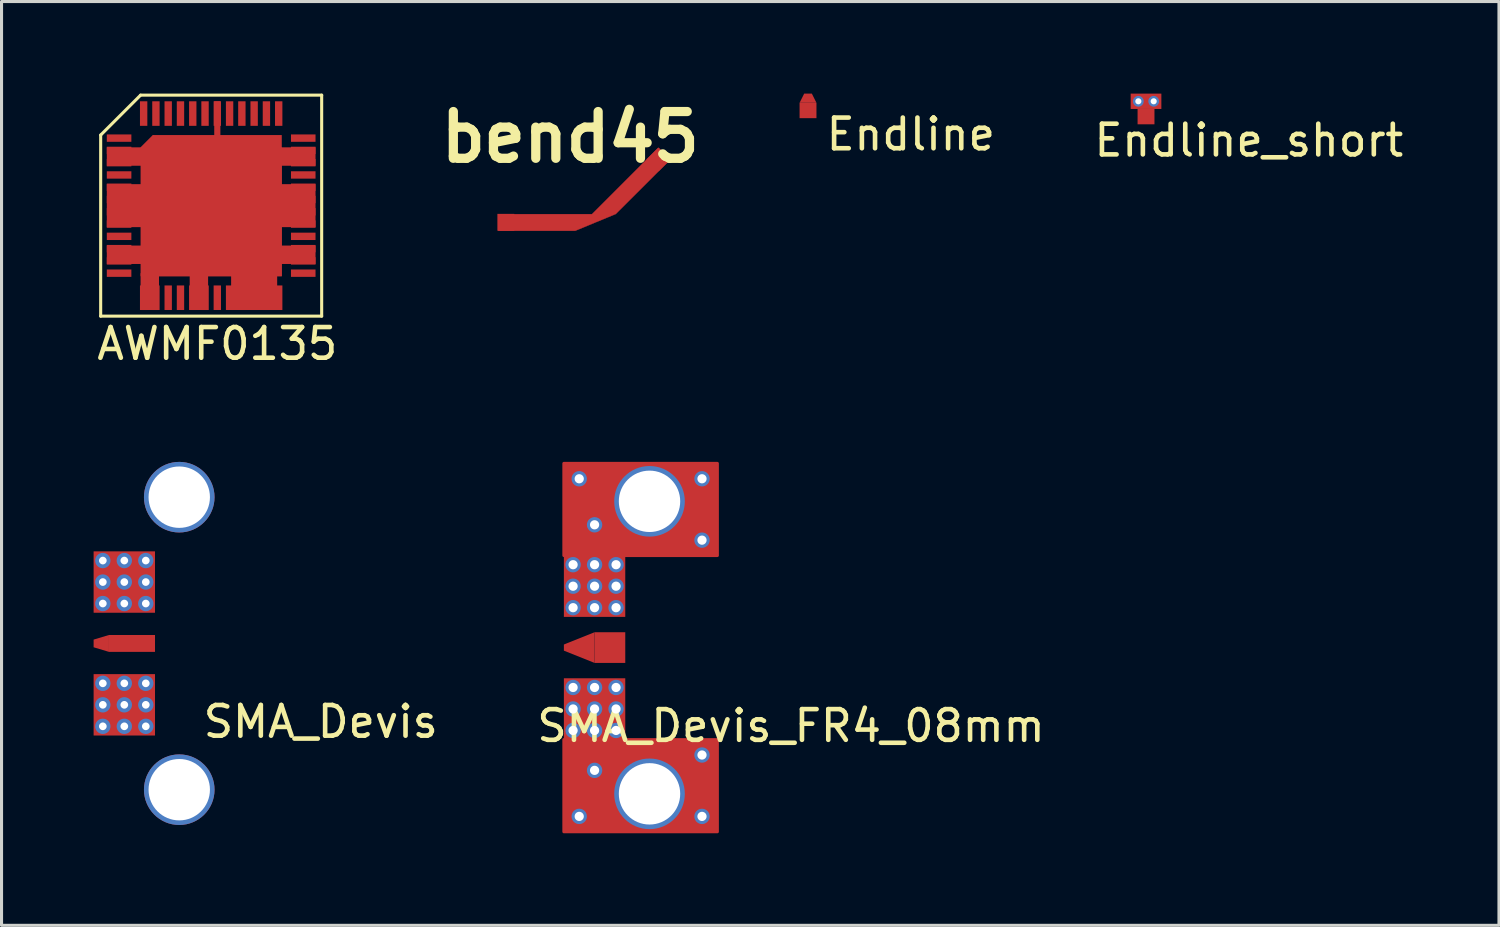
<source format=kicad_pcb>
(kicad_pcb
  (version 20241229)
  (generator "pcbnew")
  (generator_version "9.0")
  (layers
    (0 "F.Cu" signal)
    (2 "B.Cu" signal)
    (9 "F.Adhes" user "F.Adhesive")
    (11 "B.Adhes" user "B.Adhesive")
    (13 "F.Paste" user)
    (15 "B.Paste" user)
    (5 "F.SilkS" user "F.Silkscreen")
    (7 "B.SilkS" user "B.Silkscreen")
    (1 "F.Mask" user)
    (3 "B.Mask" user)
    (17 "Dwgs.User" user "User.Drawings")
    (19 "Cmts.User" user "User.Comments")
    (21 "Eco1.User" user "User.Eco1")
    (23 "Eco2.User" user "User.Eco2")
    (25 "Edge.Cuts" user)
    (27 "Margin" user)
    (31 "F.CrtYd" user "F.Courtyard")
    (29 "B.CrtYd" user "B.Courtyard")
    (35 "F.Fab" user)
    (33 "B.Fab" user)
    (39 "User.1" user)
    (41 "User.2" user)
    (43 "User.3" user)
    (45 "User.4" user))
  (footprint "Endline_short"
    (layer "F.Cu")
    (at 34.287 0.75)
    (property "Reference" "Endline_short" (at 3.35 0.775 0) (layer "F.SilkS") (effects (font (size 1 1) (thickness 0.15))))
    (attr through_hole)
    (pad "1" smd rect (at 0 0) (size 0.55 0.5) (layers "F.Cu" "F.Mask"))
    (pad "2" thru_hole circle (at -0.25 -0.5 180) (size 0.35 0.35) (drill 0.2) (layers "*.Cu" "*.Mask"))
    (pad "2" smd rect (at 0 -0.5 180) (size 1 0.5) (layers "F.Cu" "F.Mask" "F.Paste"))
    (pad "2" thru_hole circle (at 0.25 -0.5 180) (size 0.35 0.35) (drill 0.2) (layers "*.Cu" "*.Mask")))
  (footprint "SMA_Devis"
    (layer "F.Cu")
    (at 1 17.913)
    (property "Reference" "SMA_Devis" (at 6.4 2.55 0) (layer "F.SilkS") (effects (font (size 1 1) (thickness 0.15))))
    (attr through_hole)
    (pad "" smd rect (at 0 0) (size 2 6) (layers "B.Mask"))
    (pad "1" smd trapezoid (at -0.75 0 90) (size 0.4 0.5) (rect_delta 0 0.15) (layers "F.Cu" "F.Mask"))
    (pad "1" smd rect (at 0.25 0) (size 1.5 0.55) (layers "F.Cu" "F.Mask"))
    (pad "2" thru_hole circle (at -0.7 -2.7) (size 0.5 0.5) (drill 0.25) (layers "*.Cu" "*.Mask"))
    (pad "2" thru_hole circle (at -0.7 -2) (size 0.5 0.5) (drill 0.25) (layers "*.Cu" "*.Mask"))
    (pad "2" thru_hole circle (at -0.7 -1.3) (size 0.5 0.5) (drill 0.25) (layers "*.Cu" "*.Mask"))
    (pad "2" thru_hole circle (at -0.7 1.3) (size 0.5 0.5) (drill 0.25) (layers "*.Cu" "*.Mask"))
    (pad "2" thru_hole circle (at -0.7 2) (size 0.5 0.5) (drill 0.25) (layers "*.Cu" "*.Mask"))
    (pad "2" thru_hole circle (at -0.7 2.7) (size 0.5 0.5) (drill 0.25) (layers "*.Cu" "*.Mask"))
    (pad "2" thru_hole circle (at 0 -2.7) (size 0.5 0.5) (drill 0.25) (layers "*.Cu" "*.Mask"))
    (pad "2" thru_hole circle (at 0 -2) (size 0.5 0.5) (drill 0.25) (layers "*.Cu" "*.Mask"))
    (pad "2" smd rect (at 0 -2) (size 2 2) (layers "F.Cu" "F.Mask"))
    (pad "2" thru_hole circle (at 0 -1.3) (size 0.5 0.5) (drill 0.25) (layers "*.Cu" "*.Mask"))
    (pad "2" thru_hole circle (at 0 1.3) (size 0.5 0.5) (drill 0.25) (layers "*.Cu" "*.Mask"))
    (pad "2" thru_hole circle (at 0 2) (size 0.5 0.5) (drill 0.25) (layers "*.Cu" "*.Mask"))
    (pad "2" smd rect (at 0 2) (size 2 2) (layers "F.Cu" "F.Mask"))
    (pad "2" thru_hole circle (at 0 2.7) (size 0.5 0.5) (drill 0.25) (layers "*.Cu" "*.Mask"))
    (pad "2" thru_hole circle (at 0.7 -2.7) (size 0.5 0.5) (drill 0.25) (layers "*.Cu" "*.Mask"))
    (pad "2" thru_hole circle (at 0.7 -2) (size 0.5 0.5) (drill 0.25) (layers "*.Cu" "*.Mask"))
    (pad "2" thru_hole circle (at 0.7 -1.3) (size 0.5 0.5) (drill 0.25) (layers "*.Cu" "*.Mask"))
    (pad "2" thru_hole circle (at 0.7 1.3) (size 0.5 0.5) (drill 0.25) (layers "*.Cu" "*.Mask"))
    (pad "2" thru_hole circle (at 0.7 2) (size 0.5 0.5) (drill 0.25) (layers "*.Cu" "*.Mask"))
    (pad "2" thru_hole circle (at 0.7 2.7) (size 0.5 0.5) (drill 0.25) (layers "*.Cu" "*.Mask"))
    (pad "2" thru_hole circle (at 1.79 -4.765) (size 2.3 2.3) (drill 2) (layers "*.Cu" "*.Mask"))
    (pad "2" thru_hole circle (at 1.79 4.765) (size 2.3 2.3) (drill 2) (layers "*.Cu" "*.Mask")))
  (footprint "SMA_Devis_FR4_08mm"
    (layer "F.Cu")
    (at 16.321 18.048)
    (property "Reference" "SMA_Devis_FR4_08mm" (at 6.4 2.55 0) (layer "F.SilkS") (effects (font (size 1 1) (thickness 0.15))))
    (attr through_hole)
    (fp_poly (pts (xy 4 -3) (xy -1 -3) (xy -1 -6) (xy 4 -6)) (stroke (width 0.1) (type solid)) (fill yes) (layer "F.Cu"))
    (fp_poly (pts (xy 4 6) (xy -1 6) (xy -1 3) (xy 4 3)) (stroke (width 0.1) (type solid)) (fill yes) (layer "F.Cu"))
    (pad "" smd rect (at 0 0) (size 2 6) (layers "B.Mask"))
    (pad "1" smd trapezoid (at -0.5 0 90) (size 0.6 1) (rect_delta 0 0.4) (layers "F.Cu" "F.Mask"))
    (pad "1" smd rect (at 0.5 0) (size 1 1) (layers "F.Cu" "F.Mask"))
    (pad "2" thru_hole circle (at -0.7 -2.7) (size 0.5 0.5) (drill 0.3) (layers "*.Cu" "*.Mask"))
    (pad "2" thru_hole circle (at -0.7 -2) (size 0.5 0.5) (drill 0.3) (layers "*.Cu" "*.Mask"))
    (pad "2" thru_hole circle (at -0.7 -1.3) (size 0.5 0.5) (drill 0.3) (layers "*.Cu" "*.Mask"))
    (pad "2" thru_hole circle (at -0.7 1.3) (size 0.5 0.5) (drill 0.3) (layers "*.Cu" "*.Mask"))
    (pad "2" thru_hole circle (at -0.7 2) (size 0.5 0.5) (drill 0.3) (layers "*.Cu" "*.Mask"))
    (pad "2" thru_hole circle (at -0.7 2.7) (size 0.5 0.5) (drill 0.3) (layers "*.Cu" "*.Mask"))
    (pad "2" thru_hole circle (at -0.5 -5.5) (size 0.5 0.5) (drill 0.3) (layers "*.Cu" "*.Mask"))
    (pad "2" thru_hole circle (at -0.5 5.5) (size 0.5 0.5) (drill 0.3) (layers "*.Cu" "*.Mask"))
    (pad "2" thru_hole circle (at 0 -4) (size 0.5 0.5) (drill 0.3) (layers "*.Cu" "*.Mask"))
    (pad "2" thru_hole circle (at 0 -2.7) (size 0.5 0.5) (drill 0.3) (layers "*.Cu" "*.Mask"))
    (pad "2" thru_hole circle (at 0 -2) (size 0.5 0.5) (drill 0.3) (layers "*.Cu" "*.Mask"))
    (pad "2" smd rect (at 0 -2) (size 2 2) (layers "F.Cu" "F.Mask"))
    (pad "2" thru_hole circle (at 0 -1.3) (size 0.5 0.5) (drill 0.3) (layers "*.Cu" "*.Mask"))
    (pad "2" thru_hole circle (at 0 1.3) (size 0.5 0.5) (drill 0.3) (layers "*.Cu" "*.Mask"))
    (pad "2" thru_hole circle (at 0 2) (size 0.5 0.5) (drill 0.3) (layers "*.Cu" "*.Mask"))
    (pad "2" smd rect (at 0 2) (size 2 2) (layers "F.Cu" "F.Mask"))
    (pad "2" thru_hole circle (at 0 2.7) (size 0.5 0.5) (drill 0.3) (layers "*.Cu" "*.Mask"))
    (pad "2" thru_hole circle (at 0 4) (size 0.5 0.5) (drill 0.3) (layers "*.Cu" "*.Mask"))
    (pad "2" thru_hole circle (at 0.7 -2.7) (size 0.5 0.5) (drill 0.3) (layers "*.Cu" "*.Mask"))
    (pad "2" thru_hole circle (at 0.7 -2) (size 0.5 0.5) (drill 0.3) (layers "*.Cu" "*.Mask"))
    (pad "2" thru_hole circle (at 0.7 -1.3) (size 0.5 0.5) (drill 0.3) (layers "*.Cu" "*.Mask"))
    (pad "2" thru_hole circle (at 0.7 1.3) (size 0.5 0.5) (drill 0.3) (layers "*.Cu" "*.Mask"))
    (pad "2" thru_hole circle (at 0.7 2) (size 0.5 0.5) (drill 0.3) (layers "*.Cu" "*.Mask"))
    (pad "2" thru_hole circle (at 0.7 2.7) (size 0.5 0.5) (drill 0.3) (layers "*.Cu" "*.Mask"))
    (pad "2" thru_hole circle (at 1.79 -4.765) (size 2.3 2.3) (drill 2) (layers "*.Cu" "*.Mask"))
    (pad "2" thru_hole circle (at 1.79 4.765) (size 2.3 2.3) (drill 2) (layers "*.Cu" "*.Mask"))
    (pad "2" thru_hole circle (at 3.5 -5.5) (size 0.5 0.5) (drill 0.3) (layers "*.Cu" "*.Mask"))
    (pad "2" thru_hole circle (at 3.5 -3.5) (size 0.5 0.5) (drill 0.3) (layers "*.Cu" "*.Mask"))
    (pad "2" thru_hole circle (at 3.5 3.5) (size 0.5 0.5) (drill 0.3) (layers "*.Cu" "*.Mask"))
    (pad "2" thru_hole circle (at 3.5 5.5) (size 0.5 0.5) (drill 0.3) (layers "*.Cu" "*.Mask")))
  (footprint "AWMF0135"
    (layer "F.Cu")
    (at 3.83 3.65)
    (property "Reference" "AWMF0135" (at 0.2 4.5 0) (layer "F.SilkS") (effects (font (size 1 1) (thickness 0.15))))
    (attr through_hole)
    (fp_line (start -3.6 -2.3) (end -3.6 3.6) (stroke (width 0.1) (type solid)) (layer "F.SilkS"))
    (fp_line (start -3.6 3.6) (end 3.6 3.6) (stroke (width 0.1) (type solid)) (layer "F.SilkS"))
    (fp_line (start -2.3 -3.6) (end -3.6 -2.3) (stroke (width 0.1) (type solid)) (layer "F.SilkS"))
    (fp_line (start 3.6 -3.6) (end -2.3 -3.6) (stroke (width 0.1) (type solid)) (layer "F.SilkS"))
    (fp_line (start 3.6 3.6) (end 3.6 -3.6) (stroke (width 0.1) (type solid)) (layer "F.SilkS"))
    (pad "1" smd rect (at -3 -2.2) (size 0.8 0.24) (layers "F.Cu" "F.Mask" "F.Paste"))
    (pad "2" smd rect (at -3 -1.8) (size 0.8 0.24) (layers "F.Cu" "F.Mask" "F.Paste"))
    (pad "2" smd rect (at -2.8 -1.6) (size 1.2 0.6) (layers "F.Cu"))
    (pad "2" smd rect (at -2.8 0) (size 1.2 1.4) (layers "F.Cu"))
    (pad "2" smd rect (at -2.8 1.6) (size 1.2 0.6) (layers "F.Cu"))
    (pad "2" smd rect (at -2 2.8) (size 0.6 1.2) (layers "F.Cu"))
    (pad "2" smd rect (at -1.9 -1.9 45) (size 0.57 0.57) (layers "F.Cu" "F.Mask" "F.Paste"))
    (pad "2" smd rect (at -0.4 2.8) (size 0.6 1.2) (layers "F.Cu"))
    (pad "2" smd rect (at 0 0.2) (size 4.6 4.2) (layers "F.Cu" "F.Mask" "F.Paste"))
    (pad "2" smd rect (at 0.2 0) (size 4.2 4.6) (layers "F.Cu" "F.Mask" "F.Paste"))
    (pad "2" smd rect (at 1.4 2.8) (size 1.5 1.2) (layers "F.Cu"))
    (pad "2" smd rect (at 2.8 -1.6) (size 1.2 0.6) (layers "F.Cu"))
    (pad "2" smd rect (at 2.8 0) (size 1.2 1.4) (layers "F.Cu"))
    (pad "2" smd rect (at 2.8 1.6) (size 1.2 0.6) (layers "F.Cu"))
    (pad "3" smd rect (at -3 -1.4) (size 0.8 0.24) (layers "F.Cu" "F.Mask" "F.Paste"))
    (pad "4" smd rect (at -3 -1) (size 0.8 0.24) (layers "F.Cu" "F.Mask" "F.Paste"))
    (pad "5" smd rect (at -3 -0.6) (size 0.8 0.24) (layers "F.Cu" "F.Mask" "F.Paste"))
    (pad "6" smd rect (at -3 -0.2) (size 0.8 0.24) (layers "F.Cu" "F.Mask" "F.Paste"))
    (pad "7" smd rect (at -3 0.2) (size 0.8 0.24) (layers "F.Cu" "F.Mask" "F.Paste"))
    (pad "8" smd rect (at -3 0.6) (size 0.8 0.24) (layers "F.Cu" "F.Mask" "F.Paste"))
    (pad "9" smd rect (at -3 1) (size 0.8 0.24) (layers "F.Cu" "F.Mask" "F.Paste"))
    (pad "10" smd rect (at -3 1.4) (size 0.8 0.24) (layers "F.Cu" "F.Mask" "F.Paste"))
    (pad "11" smd rect (at -3 1.8) (size 0.8 0.24) (layers "F.Cu" "F.Mask" "F.Paste"))
    (pad "12" smd rect (at -3 2.2) (size 0.8 0.24) (layers "F.Cu" "F.Mask" "F.Paste"))
    (pad "13" smd rect (at -2.2 3) (size 0.24 0.8) (layers "F.Cu" "F.Mask" "F.Paste"))
    (pad "14" smd rect (at -1.8 3) (size 0.24 0.8) (layers "F.Cu" "F.Mask" "F.Paste"))
    (pad "15" smd rect (at -1.4 3) (size 0.24 0.8) (layers "F.Cu" "F.Mask" "F.Paste"))
    (pad "16" smd rect (at -1 3) (size 0.24 0.8) (layers "F.Cu" "F.Mask" "F.Paste"))
    (pad "17" smd rect (at -0.6 3) (size 0.24 0.8) (layers "F.Cu" "F.Mask" "F.Paste"))
    (pad "18" smd rect (at -0.2 3) (size 0.24 0.8) (layers "F.Cu" "F.Mask" "F.Paste"))
    (pad "19" smd rect (at 0.2 3) (size 0.24 0.8) (layers "F.Cu" "F.Mask" "F.Paste"))
    (pad "20" smd rect (at 0.6 3) (size 0.24 0.8) (layers "F.Cu" "F.Mask" "F.Paste"))
    (pad "21" smd rect (at 1 3) (size 0.24 0.8) (layers "F.Cu" "F.Mask" "F.Paste"))
    (pad "22" smd rect (at 1.4 3) (size 0.24 0.8) (layers "F.Cu" "F.Mask" "F.Paste"))
    (pad "23" smd rect (at 1.8 3) (size 0.24 0.8) (layers "F.Cu" "F.Mask" "F.Paste"))
    (pad "24" smd rect (at 2.2 3) (size 0.24 0.8) (layers "F.Cu" "F.Mask" "F.Paste"))
    (pad "25" smd rect (at 3 2.2) (size 0.8 0.24) (layers "F.Cu" "F.Mask" "F.Paste"))
    (pad "26" smd rect (at 3 1.8) (size 0.8 0.24) (layers "F.Cu" "F.Mask" "F.Paste"))
    (pad "27" smd rect (at 3 1.4) (size 0.8 0.24) (layers "F.Cu" "F.Mask" "F.Paste"))
    (pad "28" smd rect (at 3 1) (size 0.8 0.24) (layers "F.Cu" "F.Mask" "F.Paste"))
    (pad "29" smd rect (at 3 0.6) (size 0.8 0.24) (layers "F.Cu" "F.Mask" "F.Paste"))
    (pad "30" smd rect (at 3 0.2) (size 0.8 0.24) (layers "F.Cu" "F.Mask" "F.Paste"))
    (pad "31" smd rect (at 3 -0.2) (size 0.8 0.24) (layers "F.Cu" "F.Mask" "F.Paste"))
    (pad "32" smd rect (at 3 -0.6) (size 0.8 0.24) (layers "F.Cu" "F.Mask" "F.Paste"))
    (pad "33" smd rect (at 3 -1) (size 0.8 0.24) (layers "F.Cu" "F.Mask" "F.Paste"))
    (pad "34" smd rect (at 3 -1.4) (size 0.8 0.24) (layers "F.Cu" "F.Mask" "F.Paste"))
    (pad "35" smd rect (at 3 -1.8) (size 0.8 0.24) (layers "F.Cu" "F.Mask" "F.Paste"))
    (pad "36" smd rect (at 3 -2.2) (size 0.8 0.24) (layers "F.Cu" "F.Mask" "F.Paste"))
    (pad "37" smd rect (at 2.2 -3) (size 0.24 0.8) (layers "F.Cu" "F.Mask" "F.Paste"))
    (pad "38" smd rect (at 1.8 -3) (size 0.24 0.8) (layers "F.Cu" "F.Mask" "F.Paste"))
    (pad "39" smd rect (at 1.4 -3) (size 0.24 0.8) (layers "F.Cu" "F.Mask" "F.Paste"))
    (pad "40" smd rect (at 1 -3) (size 0.24 0.8) (layers "F.Cu" "F.Mask" "F.Paste"))
    (pad "41" smd rect (at 0.6 -3) (size 0.24 0.8) (layers "F.Cu" "F.Mask" "F.Paste"))
    (pad "42" smd rect (at 0.2 -3) (size 0.24 0.8) (layers "F.Cu" "F.Mask" "F.Paste"))
    (pad "42" smd rect (at 0.2 -2.8) (size 0.2 1.2) (layers "F.Cu"))
    (pad "43" smd rect (at -0.2 -3) (size 0.24 0.8) (layers "F.Cu" "F.Mask" "F.Paste"))
    (pad "44" smd rect (at -0.6 -3) (size 0.24 0.8) (layers "F.Cu" "F.Mask" "F.Paste"))
    (pad "45" smd rect (at -1 -3) (size 0.24 0.8) (layers "F.Cu" "F.Mask" "F.Paste"))
    (pad "46" smd rect (at -1.4 -3) (size 0.24 0.8) (layers "F.Cu" "F.Mask" "F.Paste"))
    (pad "47" smd rect (at -1.8 -3) (size 0.24 0.8) (layers "F.Cu" "F.Mask" "F.Paste"))
    (pad "48" smd rect (at -2.2 -3) (size 0.24 0.8) (layers "F.Cu" "F.Mask" "F.Paste")))
  (footprint "Endline"
    (layer "F.Cu")
    (at 23.275 0.55)
    (property "Reference" "Endline" (at 3.35 0.775 0) (layer "F.SilkS") (effects (font (size 1 1) (thickness 0.15))))
    (attr through_hole)
    (pad "1" smd rect (at 0 0) (size 0.55 0.5) (layers "F.Cu" "F.Mask"))
    (pad "2" smd trapezoid (at 0 -0.4) (size 0.4 0.3) (rect_delta 0 0.15) (layers "F.Cu" "F.Mask" "F.Paste")))
  (footprint "bend45"
    (layer "F.Cu")
    (at 15.98 3.118)
    (property "Reference" "bend45" (at -0.45 -1.7 0) (layer "F.SilkS") (effects (font (size 1.524 1.524) (thickness 0.3))))
    (attr through_hole)
    (fp_poly (pts (xy 2.8 -0.962) (xy 1.031 0.805) (xy 0.37 1.078) (xy -0.291 1.352) (xy -2.795 1.352) (xy -2.795 0.808) (xy 0.257 0.808) (xy 1.335 -0.271) (xy 2.413 -1.349) (xy 2.8 -0.962)) (stroke (width 0.01) (type solid)) (fill yes) (layer "F.Cu"))
    (pad "1" smd rect (at -2.55 1.075) (size 0.55 0.55) (layers "F.Cu" "F.Mask" "F.Paste"))
    (pad "2" smd rect (at 2.425 -0.975 45) (size 0.55 0.55) (layers "F.Cu" "F.Mask" "F.Paste")))
  (gr_rect
    (start -3 -3)
    (end 45.786 27.098)
    (stroke (width 0.1) (type default))
    (fill no)
    (layer "Edge.Cuts")))
</source>
